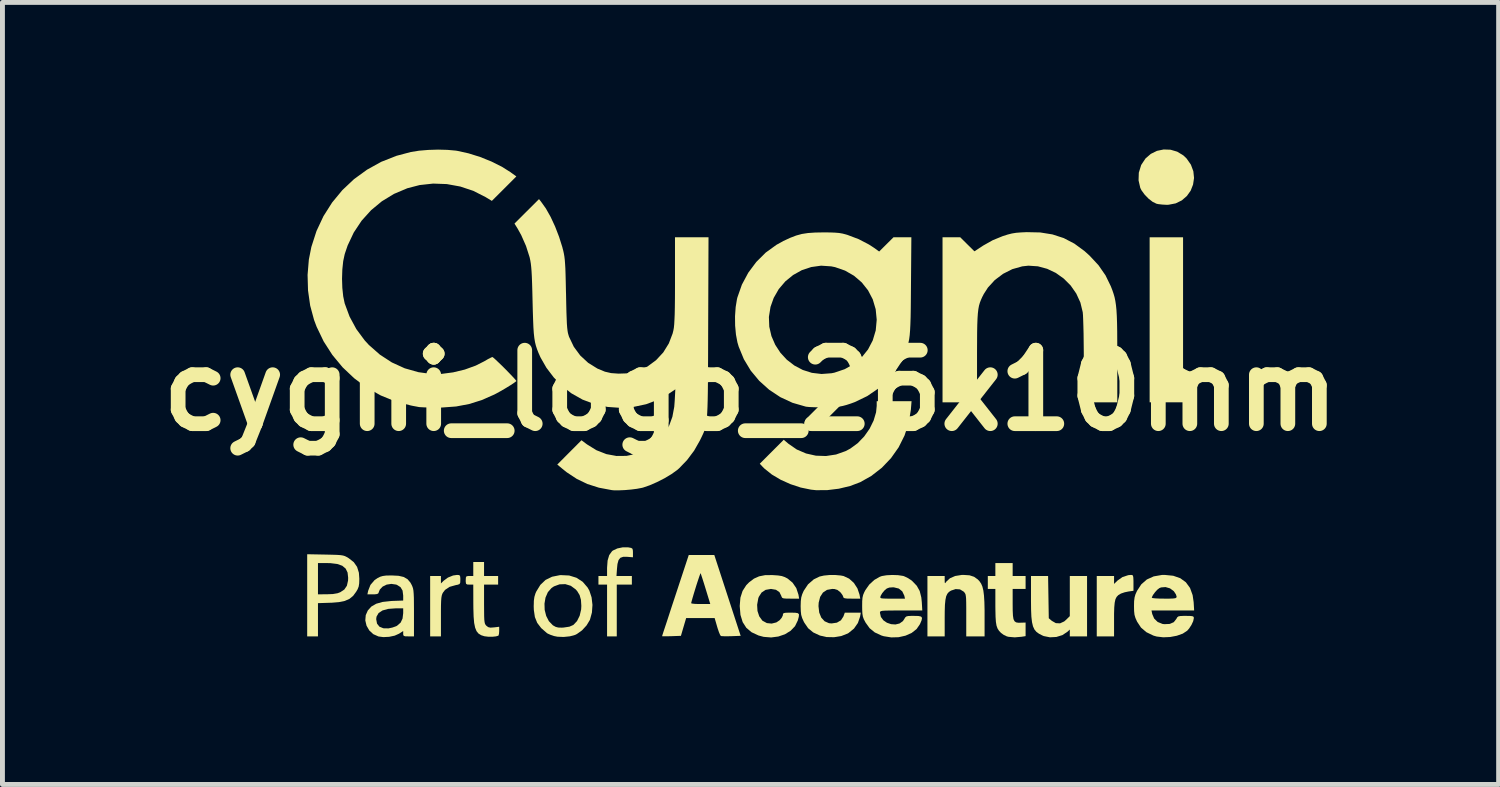
<source format=kicad_pcb>
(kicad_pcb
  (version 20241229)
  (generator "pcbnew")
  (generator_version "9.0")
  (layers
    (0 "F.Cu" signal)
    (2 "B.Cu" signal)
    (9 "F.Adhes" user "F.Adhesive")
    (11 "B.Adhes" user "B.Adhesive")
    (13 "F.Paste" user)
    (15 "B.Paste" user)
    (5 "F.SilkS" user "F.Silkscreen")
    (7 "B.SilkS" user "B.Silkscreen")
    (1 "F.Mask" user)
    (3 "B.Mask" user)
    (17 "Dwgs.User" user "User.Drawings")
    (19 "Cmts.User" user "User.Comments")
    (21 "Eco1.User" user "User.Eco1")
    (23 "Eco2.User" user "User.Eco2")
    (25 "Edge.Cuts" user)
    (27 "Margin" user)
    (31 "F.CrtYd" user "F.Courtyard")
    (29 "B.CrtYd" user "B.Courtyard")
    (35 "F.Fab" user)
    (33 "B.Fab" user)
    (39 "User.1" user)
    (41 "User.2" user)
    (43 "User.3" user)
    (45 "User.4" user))
  (footprint "cygni_logo_26x10mm"
    (layer "F.Cu")
    (at 12.264 4.917)
    (property "Reference" "cygni_logo_26x10mm" (at 0 0 0) (layer "F.SilkS") (effects (font (size 1.5 1.5) (thickness 0.3))))
    (attr board_only exclude_from_pos_files exclude_from_bom)
    (fp_poly (pts (xy 8.826 -1.442) (xy 8.826 0.242) (xy 8.485 0.242) (xy 8.144 0.242) (xy 8.144 -1.442) (xy 8.144 -3.125) (xy 8.485 -3.125) (xy 8.826 -3.125)) (stroke (width 0) (type solid)) (fill yes) (layer "F.SilkS"))
    (fp_poly (pts (xy 7.79 3.767) (xy 7.804 3.781) (xy 7.811 3.817) (xy 7.814 3.884) (xy 7.814 3.926) (xy 7.814 4.088) (xy 7.714 4.102) (xy 7.636 4.118) (xy 7.565 4.142) (xy 7.55 4.149) (xy 7.504 4.177) (xy 7.47 4.213) (xy 7.446 4.261) (xy 7.431 4.33) (xy 7.422 4.426) (xy 7.418 4.555) (xy 7.418 4.665) (xy 7.418 5.018) (xy 7.241 5.018) (xy 7.065 5.018) (xy 7.065 4.402) (xy 7.065 3.786) (xy 7.241 3.786) (xy 7.418 3.786) (xy 7.418 3.867) (xy 7.418 3.948) (xy 7.49 3.878) (xy 7.591 3.807) (xy 7.708 3.769) (xy 7.764 3.764)) (stroke (width 0) (type solid)) (fill yes) (layer "F.SilkS"))
    (fp_poly (pts (xy 8.571 -4.912) (xy 8.707 -4.872) (xy 8.832 -4.796) (xy 8.898 -4.733) (xy 8.986 -4.607) (xy 9.036 -4.472) (xy 9.05 -4.335) (xy 9.03 -4.201) (xy 8.981 -4.076) (xy 8.903 -3.967) (xy 8.8 -3.878) (xy 8.675 -3.817) (xy 8.529 -3.789) (xy 8.485 -3.788) (xy 8.4 -3.793) (xy 8.322 -3.802) (xy 8.284 -3.81) (xy 8.206 -3.848) (xy 8.121 -3.914) (xy 8.041 -3.997) (xy 7.978 -4.083) (xy 7.953 -4.133) (xy 7.918 -4.286) (xy 7.923 -4.443) (xy 7.97 -4.596) (xy 7.977 -4.609) (xy 8.06 -4.734) (xy 8.168 -4.827) (xy 8.294 -4.889) (xy 8.431 -4.917)) (stroke (width 0) (type solid)) (fill yes) (layer "F.SilkS"))
    (fp_poly (pts (xy -5.946 3.767) (xy -5.927 3.784) (xy -5.921 3.827) (xy -5.921 3.86) (xy -5.923 3.92) (xy -5.937 3.95) (xy -5.973 3.964) (xy -6.011 3.971) (xy -6.139 4.007) (xy -6.232 4.069) (xy -6.274 4.123) (xy -6.289 4.151) (xy -6.3 4.185) (xy -6.308 4.231) (xy -6.313 4.296) (xy -6.316 4.387) (xy -6.317 4.51) (xy -6.317 4.606) (xy -6.317 5.018) (xy -6.427 5.018) (xy -6.537 5.018) (xy -6.537 4.402) (xy -6.537 3.786) (xy -6.427 3.786) (xy -6.317 3.786) (xy -6.317 3.862) (xy -6.317 3.938) (xy -6.262 3.883) (xy -6.174 3.818) (xy -6.07 3.776) (xy -5.988 3.764)) (stroke (width 0) (type solid)) (fill yes) (layer "F.SilkS"))
    (fp_poly (pts (xy 6.079 4.217) (xy 6.086 4.648) (xy 6.148 4.701) (xy 6.23 4.748) (xy 6.316 4.752) (xy 6.401 4.713) (xy 6.44 4.679) (xy 6.515 4.605) (xy 6.515 4.195) (xy 6.515 3.786) (xy 6.691 3.786) (xy 6.867 3.786) (xy 6.867 4.402) (xy 6.867 5.018) (xy 6.691 5.018) (xy 6.515 5.018) (xy 6.515 4.949) (xy 6.515 4.879) (xy 6.465 4.925) (xy 6.364 4.992) (xy 6.241 5.03) (xy 6.11 5.037) (xy 5.984 5.012) (xy 5.954 4.999) (xy 5.886 4.964) (xy 5.833 4.925) (xy 5.793 4.877) (xy 5.764 4.813) (xy 5.744 4.729) (xy 5.731 4.618) (xy 5.725 4.476) (xy 5.723 4.296) (xy 5.723 4.249) (xy 5.723 3.786) (xy 5.897 3.786) (xy 6.072 3.786)) (stroke (width 0) (type solid)) (fill yes) (layer "F.SilkS"))
    (fp_poly (pts (xy -2.497 3.201) (xy -2.494 3.202) (xy -2.435 3.213) (xy -2.408 3.231) (xy -2.4 3.27) (xy -2.399 3.31) (xy -2.399 3.404) (xy -2.515 3.395) (xy -2.599 3.395) (xy -2.656 3.415) (xy -2.693 3.462) (xy -2.715 3.542) (xy -2.724 3.631) (xy -2.735 3.786) (xy -2.578 3.786) (xy -2.421 3.786) (xy -2.421 3.874) (xy -2.421 3.962) (xy -2.575 3.962) (xy -2.729 3.962) (xy -2.729 4.49) (xy -2.729 5.018) (xy -2.828 5.018) (xy -2.927 5.018) (xy -2.927 4.49) (xy -2.927 3.962) (xy -3.015 3.962) (xy -3.103 3.962) (xy -3.103 3.874) (xy -3.103 3.786) (xy -3.015 3.786) (xy -2.927 3.786) (xy -2.927 3.619) (xy -2.916 3.47) (xy -2.883 3.359) (xy -2.827 3.282) (xy -2.809 3.267) (xy -2.718 3.224) (xy -2.607 3.201)) (stroke (width 0) (type solid)) (fill yes) (layer "F.SilkS"))
    (fp_poly (pts (xy 3.272 0.392) (xy 3.228 0.661) (xy 3.143 0.919) (xy 3.022 1.161) (xy 2.866 1.382) (xy 2.679 1.578) (xy 2.464 1.745) (xy 2.238 1.872) (xy 2.032 1.95) (xy 1.802 2.005) (xy 1.565 2.034) (xy 1.337 2.035) (xy 1.234 2.024) (xy 1.024 1.981) (xy 0.815 1.912) (xy 0.615 1.822) (xy 0.436 1.716) (xy 0.287 1.597) (xy 0.243 1.553) (xy 0.189 1.495) (xy 0.434 1.25) (xy 0.678 1.006) (xy 0.773 1.087) (xy 0.944 1.205) (xy 1.133 1.286) (xy 1.334 1.331) (xy 1.54 1.338) (xy 1.745 1.307) (xy 1.942 1.237) (xy 2.037 1.186) (xy 2.187 1.076) (xy 2.32 0.938) (xy 2.43 0.781) (xy 2.512 0.614) (xy 2.562 0.446) (xy 2.575 0.315) (xy 2.575 0.22) (xy 2.931 0.22) (xy 3.286 0.22)) (stroke (width 0) (type solid)) (fill yes) (layer "F.SilkS"))
    (fp_poly (pts (xy 5.349 3.654) (xy 5.349 3.786) (xy 5.481 3.786) (xy 5.613 3.786) (xy 5.613 3.918) (xy 5.613 4.05) (xy 5.481 4.05) (xy 5.349 4.05) (xy 5.349 4.354) (xy 5.35 4.494) (xy 5.355 4.596) (xy 5.366 4.666) (xy 5.387 4.709) (xy 5.419 4.732) (xy 5.465 4.74) (xy 5.512 4.739) (xy 5.613 4.736) (xy 5.613 4.874) (xy 5.613 5.013) (xy 5.53 5.026) (xy 5.391 5.038) (xy 5.266 5.027) (xy 5.23 5.018) (xy 5.167 4.988) (xy 5.112 4.948) (xy 5.071 4.905) (xy 5.041 4.858) (xy 5.02 4.8) (xy 5.007 4.722) (xy 5 4.618) (xy 4.997 4.481) (xy 4.996 4.403) (xy 4.996 4.05) (xy 4.919 4.05) (xy 4.842 4.05) (xy 4.842 3.918) (xy 4.842 3.786) (xy 4.919 3.786) (xy 4.996 3.786) (xy 4.996 3.654) (xy 4.996 3.522) (xy 5.172 3.522) (xy 5.349 3.522)) (stroke (width 0) (type solid)) (fill yes) (layer "F.SilkS"))
    (fp_poly (pts (xy 4.469 3.772) (xy 4.561 3.802) (xy 4.637 3.856) (xy 4.673 3.894) (xy 4.706 3.943) (xy 4.732 4.004) (xy 4.751 4.083) (xy 4.764 4.186) (xy 4.772 4.317) (xy 4.776 4.484) (xy 4.776 4.601) (xy 4.776 5.018) (xy 4.589 5.018) (xy 4.402 5.018) (xy 4.402 4.588) (xy 4.402 4.44) (xy 4.401 4.33) (xy 4.399 4.251) (xy 4.394 4.197) (xy 4.387 4.16) (xy 4.375 4.136) (xy 4.36 4.116) (xy 4.348 4.104) (xy 4.274 4.059) (xy 4.185 4.053) (xy 4.091 4.084) (xy 4.048 4.112) (xy 4.016 4.149) (xy 3.992 4.201) (xy 3.977 4.274) (xy 3.967 4.375) (xy 3.963 4.508) (xy 3.962 4.643) (xy 3.962 5.018) (xy 3.786 5.018) (xy 3.61 5.018) (xy 3.61 4.402) (xy 3.61 3.786) (xy 3.786 3.786) (xy 3.962 3.786) (xy 3.962 3.868) (xy 3.963 3.92) (xy 3.97 3.933) (xy 3.988 3.913) (xy 3.996 3.9) (xy 4.07 3.832) (xy 4.176 3.786) (xy 4.307 3.765) (xy 4.347 3.764)) (stroke (width 0) (type solid)) (fill yes) (layer "F.SilkS"))
    (fp_poly (pts (xy -8.676 3.349) (xy -8.54 3.352) (xy -8.44 3.355) (xy -8.368 3.36) (xy -8.316 3.368) (xy -8.276 3.38) (xy -8.24 3.398) (xy -8.2 3.422) (xy -8.197 3.424) (xy -8.095 3.504) (xy -8.028 3.6) (xy -7.991 3.719) (xy -7.982 3.844) (xy -7.985 3.936) (xy -7.995 4.001) (xy -8.018 4.059) (xy -8.047 4.108) (xy -8.109 4.192) (xy -8.184 4.253) (xy -8.277 4.294) (xy -8.398 4.319) (xy -8.553 4.332) (xy -8.578 4.332) (xy -8.826 4.34) (xy -8.826 4.679) (xy -8.826 5.018) (xy -8.936 5.018) (xy -9.046 5.018) (xy -9.046 4.18) (xy -9.046 3.522) (xy -8.826 3.522) (xy -8.826 3.841) (xy -8.826 4.16) (xy -8.645 4.159) (xy -8.521 4.154) (xy -8.427 4.138) (xy -8.371 4.117) (xy -8.288 4.062) (xy -8.236 3.985) (xy -8.212 3.879) (xy -8.21 3.822) (xy -8.222 3.715) (xy -8.261 3.635) (xy -8.33 3.577) (xy -8.432 3.541) (xy -8.57 3.524) (xy -8.656 3.522) (xy -8.826 3.522) (xy -9.046 3.522) (xy -9.046 3.342)) (stroke (width 0) (type solid)) (fill yes) (layer "F.SilkS"))
    (fp_poly (pts (xy -5.437 3.643) (xy -5.437 3.786) (xy -5.294 3.786) (xy -5.15 3.786) (xy -5.15 3.874) (xy -5.15 3.962) (xy -5.294 3.962) (xy -5.437 3.962) (xy -5.437 4.358) (xy -5.436 4.5) (xy -5.435 4.604) (xy -5.432 4.678) (xy -5.426 4.728) (xy -5.418 4.761) (xy -5.405 4.784) (xy -5.39 4.801) (xy -5.353 4.829) (xy -5.309 4.84) (xy -5.239 4.835) (xy -5.236 4.835) (xy -5.128 4.822) (xy -5.128 4.908) (xy -5.132 4.965) (xy -5.142 5) (xy -5.145 5.004) (xy -5.194 5.018) (xy -5.269 5.026) (xy -5.352 5.025) (xy -5.426 5.016) (xy -5.428 5.016) (xy -5.497 4.994) (xy -5.55 4.961) (xy -5.59 4.912) (xy -5.619 4.841) (xy -5.639 4.744) (xy -5.65 4.615) (xy -5.655 4.45) (xy -5.656 4.353) (xy -5.657 3.962) (xy -5.734 3.962) (xy -5.783 3.959) (xy -5.805 3.943) (xy -5.811 3.9) (xy -5.811 3.874) (xy -5.808 3.817) (xy -5.794 3.792) (xy -5.756 3.786) (xy -5.734 3.786) (xy -5.657 3.786) (xy -5.657 3.643) (xy -5.657 3.5) (xy -5.547 3.5) (xy -5.437 3.5)) (stroke (width 0) (type solid)) (fill yes) (layer "F.SilkS"))
    (fp_poly (pts (xy -0.47 4.182) (xy -0.201 5.007) (xy -0.39 5.014) (xy -0.479 5.016) (xy -0.552 5.015) (xy -0.597 5.012) (xy -0.604 5.011) (xy -0.621 4.987) (xy -0.645 4.93) (xy -0.671 4.853) (xy -0.68 4.823) (xy -0.732 4.644) (xy -1.023 4.644) (xy -1.313 4.644) (xy -1.367 4.826) (xy -1.42 5.007) (xy -1.613 5.014) (xy -1.698 5.016) (xy -1.764 5.016) (xy -1.8 5.015) (xy -1.804 5.014) (xy -1.798 4.992) (xy -1.779 4.933) (xy -1.749 4.842) (xy -1.709 4.722) (xy -1.662 4.578) (xy -1.609 4.415) (xy -1.585 4.342) (xy -1.211 4.342) (xy -1.19 4.349) (xy -1.136 4.355) (xy -1.057 4.358) (xy -1.016 4.358) (xy -0.821 4.358) (xy -0.916 4.047) (xy -0.95 3.937) (xy -0.98 3.843) (xy -1.003 3.773) (xy -1.017 3.733) (xy -1.019 3.728) (xy -1.027 3.745) (xy -1.045 3.795) (xy -1.07 3.87) (xy -1.1 3.961) (xy -1.13 4.058) (xy -1.159 4.153) (xy -1.184 4.238) (xy -1.202 4.302) (xy -1.211 4.338) (xy -1.211 4.342) (xy -1.585 4.342) (xy -1.55 4.237) (xy -1.532 4.182) (xy -1.26 3.357) (xy -1 3.357) (xy -0.739 3.357)) (stroke (width 0) (type solid)) (fill yes) (layer "F.SilkS"))
    (fp_poly (pts (xy 1.842 3.776) (xy 1.899 3.787) (xy 2.012 3.84) (xy 2.109 3.927) (xy 2.182 4.04) (xy 2.224 4.165) (xy 2.239 4.248) (xy 2.066 4.248) (xy 1.977 4.247) (xy 1.924 4.241) (xy 1.899 4.23) (xy 1.893 4.213) (xy 1.878 4.177) (xy 1.842 4.128) (xy 1.829 4.114) (xy 1.773 4.07) (xy 1.713 4.052) (xy 1.666 4.05) (xy 1.561 4.069) (xy 1.478 4.124) (xy 1.421 4.212) (xy 1.391 4.33) (xy 1.387 4.402) (xy 1.402 4.532) (xy 1.444 4.636) (xy 1.512 4.71) (xy 1.601 4.749) (xy 1.655 4.754) (xy 1.763 4.738) (xy 1.845 4.69) (xy 1.895 4.613) (xy 1.896 4.611) (xy 1.924 4.534) (xy 2.087 4.534) (xy 2.25 4.534) (xy 2.235 4.617) (xy 2.191 4.745) (xy 2.111 4.859) (xy 2.002 4.948) (xy 1.987 4.958) (xy 1.855 5.01) (xy 1.705 5.035) (xy 1.551 5.032) (xy 1.416 5.001) (xy 1.279 4.937) (xy 1.176 4.852) (xy 1.097 4.737) (xy 1.086 4.716) (xy 1.053 4.643) (xy 1.034 4.578) (xy 1.026 4.503) (xy 1.023 4.402) (xy 1.026 4.3) (xy 1.035 4.225) (xy 1.054 4.16) (xy 1.085 4.089) (xy 1.173 3.957) (xy 1.29 3.855) (xy 1.409 3.797) (xy 1.498 3.777) (xy 1.611 3.766) (xy 1.732 3.766)) (stroke (width 0) (type solid)) (fill yes) (layer "F.SilkS"))
    (fp_poly (pts (xy -3.7 3.776) (xy -3.551 3.822) (xy -3.425 3.904) (xy -3.325 4.02) (xy -3.288 4.085) (xy -3.243 4.222) (xy -3.225 4.376) (xy -3.236 4.532) (xy -3.275 4.674) (xy -3.278 4.683) (xy -3.345 4.794) (xy -3.438 4.895) (xy -3.543 4.97) (xy -3.579 4.988) (xy -3.686 5.017) (xy -3.813 5.03) (xy -3.938 5.025) (xy -4.01 5.011) (xy -4.08 4.987) (xy -4.138 4.961) (xy -4.153 4.952) (xy -4.271 4.849) (xy -4.352 4.743) (xy -4.4 4.624) (xy -4.421 4.48) (xy -4.424 4.402) (xy -4.422 4.35) (xy -4.204 4.35) (xy -4.2 4.478) (xy -4.169 4.601) (xy -4.114 4.708) (xy -4.035 4.79) (xy -4.028 4.795) (xy -3.976 4.824) (xy -3.922 4.838) (xy -3.85 4.84) (xy -3.814 4.838) (xy -3.695 4.82) (xy -3.615 4.785) (xy -3.54 4.706) (xy -3.486 4.597) (xy -3.456 4.469) (xy -3.452 4.396) (xy -3.46 4.272) (xy -3.487 4.176) (xy -3.536 4.095) (xy -3.569 4.058) (xy -3.667 3.986) (xy -3.779 3.952) (xy -3.897 3.956) (xy -4.011 3.998) (xy -4.061 4.032) (xy -4.135 4.116) (xy -4.183 4.226) (xy -4.204 4.35) (xy -4.422 4.35) (xy -4.421 4.294) (xy -4.41 4.213) (xy -4.389 4.143) (xy -4.372 4.104) (xy -4.288 3.967) (xy -4.182 3.866) (xy -4.049 3.801) (xy -3.89 3.769) (xy -3.869 3.768)) (stroke (width 0) (type solid)) (fill yes) (layer "F.SilkS"))
    (fp_poly (pts (xy 0.458 3.768) (xy 0.562 3.775) (xy 0.638 3.787) (xy 0.699 3.808) (xy 0.755 3.837) (xy 0.857 3.921) (xy 0.934 4.033) (xy 0.977 4.163) (xy 0.978 4.165) (xy 0.992 4.248) (xy 0.818 4.248) (xy 0.73 4.247) (xy 0.677 4.243) (xy 0.649 4.233) (xy 0.635 4.213) (xy 0.629 4.194) (xy 0.59 4.115) (xy 0.519 4.067) (xy 0.418 4.05) (xy 0.416 4.05) (xy 0.308 4.069) (xy 0.225 4.124) (xy 0.168 4.214) (xy 0.158 4.244) (xy 0.135 4.374) (xy 0.142 4.499) (xy 0.178 4.609) (xy 0.24 4.694) (xy 0.248 4.701) (xy 0.334 4.747) (xy 0.432 4.757) (xy 0.528 4.733) (xy 0.592 4.69) (xy 0.635 4.64) (xy 0.659 4.592) (xy 0.66 4.58) (xy 0.664 4.557) (xy 0.68 4.543) (xy 0.719 4.536) (xy 0.788 4.534) (xy 0.825 4.534) (xy 0.915 4.536) (xy 0.968 4.545) (xy 0.989 4.57) (xy 0.985 4.618) (xy 0.964 4.696) (xy 0.963 4.697) (xy 0.908 4.81) (xy 0.819 4.903) (xy 0.703 4.975) (xy 0.568 5.021) (xy 0.421 5.04) (xy 0.269 5.028) (xy 0.164 5) (xy 0.022 4.934) (xy -0.085 4.844) (xy -0.16 4.727) (xy -0.205 4.58) (xy -0.22 4.402) (xy -0.22 4.393) (xy -0.206 4.228) (xy -0.162 4.091) (xy -0.087 3.974) (xy -0.029 3.915) (xy 0.07 3.84) (xy 0.175 3.793) (xy 0.297 3.769) (xy 0.446 3.767)) (stroke (width 0) (type solid)) (fill yes) (layer "F.SilkS"))
    (fp_poly (pts (xy 5.91 -3.224) (xy 6.16 -3.184) (xy 6.391 -3.109) (xy 6.608 -2.996) (xy 6.816 -2.843) (xy 6.916 -2.753) (xy 7.1 -2.556) (xy 7.244 -2.348) (xy 7.352 -2.126) (xy 7.382 -2.049) (xy 7.407 -1.976) (xy 7.428 -1.904) (xy 7.444 -1.827) (xy 7.457 -1.74) (xy 7.467 -1.64) (xy 7.474 -1.52) (xy 7.479 -1.377) (xy 7.482 -1.205) (xy 7.483 -0.999) (xy 7.484 -0.756) (xy 7.484 -0.691) (xy 7.484 0.242) (xy 7.142 0.242) (xy 6.801 0.242) (xy 6.801 -0.6) (xy 6.8 -0.795) (xy 6.798 -0.983) (xy 6.796 -1.157) (xy 6.792 -1.311) (xy 6.788 -1.439) (xy 6.784 -1.536) (xy 6.779 -1.594) (xy 6.779 -1.596) (xy 6.731 -1.794) (xy 6.647 -1.977) (xy 6.532 -2.142) (xy 6.391 -2.283) (xy 6.23 -2.398) (xy 6.053 -2.482) (xy 5.864 -2.533) (xy 5.67 -2.546) (xy 5.544 -2.532) (xy 5.342 -2.475) (xy 5.154 -2.38) (xy 4.985 -2.253) (xy 4.844 -2.099) (xy 4.76 -1.968) (xy 4.728 -1.906) (xy 4.702 -1.848) (xy 4.68 -1.791) (xy 4.662 -1.729) (xy 4.649 -1.658) (xy 4.639 -1.573) (xy 4.632 -1.469) (xy 4.627 -1.341) (xy 4.624 -1.186) (xy 4.623 -0.998) (xy 4.622 -0.772) (xy 4.622 -0.667) (xy 4.622 0.242) (xy 4.27 0.242) (xy 3.918 0.242) (xy 3.918 -1.442) (xy 3.918 -3.125) (xy 4.099 -3.125) (xy 4.28 -3.125) (xy 4.424 -2.982) (xy 4.569 -2.839) (xy 4.749 -2.957) (xy 4.943 -3.066) (xy 5.144 -3.148) (xy 5.247 -3.181) (xy 5.334 -3.203) (xy 5.421 -3.217) (xy 5.523 -3.225) (xy 5.635 -3.23)) (stroke (width 0) (type solid)) (fill yes) (layer "F.SilkS"))
    (fp_poly (pts (xy 8.625 3.781) (xy 8.769 3.831) (xy 8.883 3.914) (xy 8.968 4.03) (xy 9.021 4.176) (xy 9.042 4.32) (xy 9.052 4.49) (xy 8.617 4.49) (xy 8.182 4.49) (xy 8.197 4.562) (xy 8.236 4.654) (xy 8.308 4.724) (xy 8.406 4.764) (xy 8.444 4.769) (xy 8.555 4.764) (xy 8.637 4.728) (xy 8.69 4.66) (xy 8.707 4.629) (xy 8.73 4.611) (xy 8.769 4.603) (xy 8.836 4.6) (xy 8.882 4.6) (xy 8.966 4.601) (xy 9.015 4.606) (xy 9.039 4.617) (xy 9.046 4.637) (xy 9.046 4.645) (xy 9.033 4.707) (xy 8.998 4.783) (xy 8.95 4.857) (xy 8.911 4.902) (xy 8.82 4.962) (xy 8.699 5.005) (xy 8.562 5.031) (xy 8.421 5.037) (xy 8.287 5.021) (xy 8.221 5.002) (xy 8.078 4.933) (xy 7.968 4.839) (xy 7.886 4.715) (xy 7.886 4.714) (xy 7.854 4.642) (xy 7.835 4.577) (xy 7.827 4.501) (xy 7.825 4.402) (xy 7.827 4.3) (xy 7.836 4.229) (xy 8.188 4.229) (xy 8.208 4.237) (xy 8.264 4.243) (xy 8.347 4.247) (xy 8.441 4.248) (xy 8.55 4.248) (xy 8.622 4.245) (xy 8.665 4.24) (xy 8.686 4.23) (xy 8.694 4.215) (xy 8.694 4.204) (xy 8.68 4.161) (xy 8.645 4.107) (xy 8.634 4.093) (xy 8.559 4.038) (xy 8.468 4.012) (xy 8.378 4.019) (xy 8.343 4.033) (xy 8.3 4.066) (xy 8.253 4.118) (xy 8.212 4.174) (xy 8.19 4.219) (xy 8.188 4.229) (xy 7.836 4.229) (xy 7.836 4.225) (xy 7.855 4.159) (xy 7.887 4.089) (xy 7.974 3.956) (xy 8.087 3.857) (xy 8.227 3.794) (xy 8.394 3.765) (xy 8.452 3.764)) (stroke (width 0) (type solid)) (fill yes) (layer "F.SilkS"))
    (fp_poly (pts (xy -7.18 3.782) (xy -7.077 3.806) (xy -6.999 3.851) (xy -6.94 3.92) (xy -6.913 3.97) (xy -6.898 4.004) (xy -6.886 4.041) (xy -6.878 4.086) (xy -6.873 4.147) (xy -6.869 4.231) (xy -6.868 4.342) (xy -6.867 4.49) (xy -6.867 4.541) (xy -6.867 5.018) (xy -6.977 5.018) (xy -7.043 5.017) (xy -7.075 5.008) (xy -7.086 4.985) (xy -7.087 4.963) (xy -7.087 4.908) (xy -7.171 4.963) (xy -7.26 5.003) (xy -7.373 5.027) (xy -7.492 5.033) (xy -7.591 5.02) (xy -7.697 4.973) (xy -7.779 4.897) (xy -7.835 4.8) (xy -7.86 4.693) (xy -7.858 4.666) (xy -7.638 4.666) (xy -7.621 4.758) (xy -7.572 4.82) (xy -7.491 4.853) (xy -7.388 4.855) (xy -7.307 4.838) (xy -7.231 4.811) (xy -7.211 4.8) (xy -7.139 4.737) (xy -7.1 4.654) (xy -7.087 4.544) (xy -7.087 4.446) (xy -7.238 4.446) (xy -7.392 4.457) (xy -7.509 4.489) (xy -7.589 4.542) (xy -7.631 4.615) (xy -7.638 4.666) (xy -7.858 4.666) (xy -7.851 4.584) (xy -7.808 4.488) (xy -7.736 4.409) (xy -7.637 4.352) (xy -7.506 4.315) (xy -7.339 4.297) (xy -7.313 4.295) (xy -7.087 4.287) (xy -7.087 4.184) (xy -7.1 4.083) (xy -7.142 4.013) (xy -7.215 3.967) (xy -7.232 3.961) (xy -7.329 3.947) (xy -7.425 3.962) (xy -7.506 4.002) (xy -7.564 4.063) (xy -7.581 4.105) (xy -7.593 4.138) (xy -7.619 4.154) (xy -7.669 4.16) (xy -7.706 4.16) (xy -7.817 4.16) (xy -7.802 4.088) (xy -7.755 3.968) (xy -7.672 3.871) (xy -7.611 3.829) (xy -7.558 3.802) (xy -7.504 3.786) (xy -7.436 3.777) (xy -7.341 3.775) (xy -7.318 3.775)) (stroke (width 0) (type solid)) (fill yes) (layer "F.SilkS"))
    (fp_poly (pts (xy 3.01 3.769) (xy 3.11 3.784) (xy 3.129 3.789) (xy 3.197 3.82) (xy 3.272 3.867) (xy 3.302 3.891) (xy 3.392 3.985) (xy 3.452 4.092) (xy 3.485 4.223) (xy 3.495 4.32) (xy 3.505 4.49) (xy 3.073 4.49) (xy 2.925 4.49) (xy 2.816 4.491) (xy 2.739 4.493) (xy 2.689 4.497) (xy 2.659 4.504) (xy 2.646 4.514) (xy 2.642 4.527) (xy 2.641 4.536) (xy 2.66 4.621) (xy 2.711 4.69) (xy 2.784 4.74) (xy 2.869 4.769) (xy 2.958 4.775) (xy 3.041 4.755) (xy 3.109 4.707) (xy 3.136 4.667) (xy 3.156 4.633) (xy 3.178 4.613) (xy 3.215 4.603) (xy 3.278 4.6) (xy 3.335 4.6) (xy 3.427 4.602) (xy 3.48 4.614) (xy 3.5 4.641) (xy 3.49 4.692) (xy 3.457 4.769) (xy 3.389 4.868) (xy 3.289 4.947) (xy 3.164 5.003) (xy 3.022 5.035) (xy 2.872 5.039) (xy 2.72 5.015) (xy 2.671 5) (xy 2.535 4.937) (xy 2.43 4.851) (xy 2.346 4.734) (xy 2.344 4.729) (xy 2.312 4.669) (xy 2.293 4.616) (xy 2.283 4.557) (xy 2.279 4.477) (xy 2.278 4.402) (xy 2.279 4.3) (xy 2.285 4.228) (xy 2.287 4.22) (xy 2.648 4.22) (xy 2.653 4.234) (xy 2.674 4.242) (xy 2.719 4.246) (xy 2.795 4.248) (xy 2.895 4.248) (xy 3.152 4.248) (xy 3.138 4.187) (xy 3.096 4.099) (xy 3.025 4.042) (xy 2.926 4.018) (xy 2.905 4.017) (xy 2.832 4.022) (xy 2.781 4.041) (xy 2.732 4.082) (xy 2.732 4.083) (xy 2.687 4.137) (xy 2.657 4.189) (xy 2.653 4.198) (xy 2.648 4.22) (xy 2.287 4.22) (xy 2.298 4.172) (xy 2.321 4.117) (xy 2.344 4.073) (xy 2.424 3.96) (xy 2.526 3.866) (xy 2.638 3.802) (xy 2.68 3.787) (xy 2.775 3.771) (xy 2.892 3.765)) (stroke (width 0) (type solid)) (fill yes) (layer "F.SilkS"))
    (fp_poly (pts (xy -6.185 -4.909) (xy -6.017 -4.894) (xy -5.984 -4.889) (xy -5.753 -4.838) (xy -5.517 -4.764) (xy -5.286 -4.671) (xy -5.074 -4.565) (xy -4.893 -4.451) (xy -4.893 -4.45) (xy -4.778 -4.367) (xy -5.028 -4.117) (xy -5.278 -3.868) (xy -5.407 -3.946) (xy -5.657 -4.073) (xy -5.922 -4.161) (xy -6.197 -4.211) (xy -6.476 -4.221) (xy -6.751 -4.191) (xy -7.002 -4.126) (xy -7.274 -4.011) (xy -7.522 -3.86) (xy -7.743 -3.677) (xy -7.936 -3.463) (xy -8.096 -3.222) (xy -8.221 -2.957) (xy -8.28 -2.783) (xy -8.311 -2.639) (xy -8.329 -2.466) (xy -8.335 -2.279) (xy -8.329 -2.093) (xy -8.311 -1.921) (xy -8.281 -1.777) (xy -8.281 -1.777) (xy -8.181 -1.507) (xy -8.044 -1.253) (xy -7.873 -1.022) (xy -7.787 -0.928) (xy -7.563 -0.731) (xy -7.319 -0.572) (xy -7.056 -0.452) (xy -6.777 -0.373) (xy -6.525 -0.338) (xy -6.304 -0.338) (xy -6.068 -0.369) (xy -5.831 -0.426) (xy -5.607 -0.507) (xy -5.433 -0.595) (xy -5.361 -0.637) (xy -5.303 -0.667) (xy -5.27 -0.682) (xy -5.267 -0.682) (xy -5.246 -0.668) (xy -5.202 -0.629) (xy -5.141 -0.571) (xy -5.069 -0.502) (xy -4.994 -0.427) (xy -4.921 -0.352) (xy -4.857 -0.285) (xy -4.808 -0.232) (xy -4.781 -0.199) (xy -4.777 -0.191) (xy -4.826 -0.154) (xy -4.902 -0.104) (xy -4.995 -0.047) (xy -5.094 0.011) (xy -5.187 0.062) (xy -5.227 0.083) (xy -5.486 0.197) (xy -5.742 0.277) (xy -6.006 0.327) (xy -6.291 0.348) (xy -6.424 0.35) (xy -6.538 0.348) (xy -6.639 0.346) (xy -6.718 0.342) (xy -6.763 0.339) (xy -6.768 0.338) (xy -6.814 0.329) (xy -6.885 0.316) (xy -6.933 0.306) (xy -7.247 0.224) (xy -7.545 0.102) (xy -7.827 -0.056) (xy -8.087 -0.249) (xy -8.323 -0.472) (xy -8.532 -0.724) (xy -8.71 -1.001) (xy -8.854 -1.301) (xy -8.906 -1.439) (xy -8.985 -1.732) (xy -9.029 -2.041) (xy -9.038 -2.358) (xy -9.012 -2.671) (xy -8.961 -2.928) (xy -8.856 -3.253) (xy -8.714 -3.556) (xy -8.537 -3.835) (xy -8.328 -4.088) (xy -8.09 -4.312) (xy -7.824 -4.505) (xy -7.535 -4.665) (xy -7.223 -4.788) (xy -6.932 -4.865) (xy -6.765 -4.892) (xy -6.574 -4.908) (xy -6.376 -4.914)) (stroke (width 0) (type solid)) (fill yes) (layer "F.SilkS"))
    (fp_poly (pts (xy 1.623 -3.224) (xy 1.726 -3.22) (xy 1.808 -3.213) (xy 1.878 -3.201) (xy 1.947 -3.183) (xy 1.98 -3.173) (xy 2.207 -3.087) (xy 2.416 -2.978) (xy 2.518 -2.912) (xy 2.625 -2.835) (xy 2.771 -2.98) (xy 2.917 -3.125) (xy 3.1 -3.125) (xy 3.282 -3.125) (xy 3.274 -2.13) (xy 3.272 -1.88) (xy 3.27 -1.67) (xy 3.267 -1.494) (xy 3.262 -1.348) (xy 3.256 -1.228) (xy 3.248 -1.128) (xy 3.237 -1.045) (xy 3.222 -0.972) (xy 3.204 -0.907) (xy 3.181 -0.843) (xy 3.153 -0.776) (xy 3.12 -0.702) (xy 3.112 -0.686) (xy 2.978 -0.445) (xy 2.81 -0.229) (xy 2.61 -0.041) (xy 2.382 0.115) (xy 2.129 0.237) (xy 2.047 0.267) (xy 1.958 0.296) (xy 1.883 0.316) (xy 1.811 0.33) (xy 1.728 0.337) (xy 1.622 0.342) (xy 1.53 0.344) (xy 1.408 0.345) (xy 1.294 0.342) (xy 1.198 0.338) (xy 1.132 0.331) (xy 1.124 0.329) (xy 0.857 0.252) (xy 0.609 0.137) (xy 0.381 -0.014) (xy 0.179 -0.195) (xy 0.005 -0.404) (xy -0.136 -0.638) (xy -0.241 -0.893) (xy -0.267 -0.981) (xy -0.297 -1.139) (xy -0.314 -1.322) (xy -0.316 -1.5) (xy 0.375 -1.5) (xy 0.383 -1.3) (xy 0.427 -1.109) (xy 0.505 -0.93) (xy 0.611 -0.768) (xy 0.742 -0.626) (xy 0.896 -0.508) (xy 1.067 -0.418) (xy 1.253 -0.359) (xy 1.45 -0.336) (xy 1.653 -0.351) (xy 1.712 -0.363) (xy 1.922 -0.434) (xy 2.108 -0.539) (xy 2.268 -0.675) (xy 2.398 -0.837) (xy 2.494 -1.021) (xy 2.555 -1.225) (xy 2.575 -1.442) (xy 2.554 -1.657) (xy 2.494 -1.859) (xy 2.398 -2.043) (xy 2.269 -2.205) (xy 2.112 -2.34) (xy 1.93 -2.445) (xy 1.726 -2.516) (xy 1.647 -2.532) (xy 1.44 -2.546) (xy 1.239 -2.518) (xy 1.046 -2.454) (xy 0.869 -2.355) (xy 0.711 -2.226) (xy 0.577 -2.069) (xy 0.473 -1.888) (xy 0.408 -1.705) (xy 0.375 -1.5) (xy -0.316 -1.5) (xy -0.316 -1.515) (xy -0.303 -1.701) (xy -0.276 -1.865) (xy -0.268 -1.897) (xy -0.176 -2.159) (xy -0.046 -2.402) (xy 0.117 -2.621) (xy 0.31 -2.813) (xy 0.53 -2.972) (xy 0.671 -3.05) (xy 0.809 -3.114) (xy 0.931 -3.161) (xy 1.048 -3.193) (xy 1.172 -3.212) (xy 1.317 -3.222) (xy 1.486 -3.225)) (stroke (width 0) (type solid)) (fill yes) (layer "F.SilkS"))
    (fp_poly (pts (xy -4.273 -3.85) (xy -4.175 -3.712) (xy -4.078 -3.54) (xy -3.987 -3.344) (xy -3.906 -3.134) (xy -3.839 -2.921) (xy -3.836 -2.907) (xy -3.82 -2.847) (xy -3.808 -2.791) (xy -3.798 -2.733) (xy -3.79 -2.667) (xy -3.784 -2.588) (xy -3.778 -2.49) (xy -3.774 -2.367) (xy -3.77 -2.213) (xy -3.766 -2.022) (xy -3.764 -1.959) (xy -3.76 -1.757) (xy -3.756 -1.593) (xy -3.751 -1.463) (xy -3.747 -1.362) (xy -3.741 -1.283) (xy -3.734 -1.223) (xy -3.726 -1.174) (xy -3.715 -1.134) (xy -3.703 -1.095) (xy -3.701 -1.091) (xy -3.605 -0.89) (xy -3.474 -0.713) (xy -3.312 -0.563) (xy -3.123 -0.446) (xy -2.971 -0.383) (xy -2.844 -0.354) (xy -2.693 -0.343) (xy -2.535 -0.348) (xy -2.388 -0.369) (xy -2.302 -0.393) (xy -2.103 -0.488) (xy -1.928 -0.617) (xy -1.781 -0.775) (xy -1.667 -0.959) (xy -1.589 -1.163) (xy -1.573 -1.229) (xy -1.564 -1.28) (xy -1.557 -1.349) (xy -1.552 -1.438) (xy -1.547 -1.553) (xy -1.544 -1.698) (xy -1.542 -1.875) (xy -1.541 -2.09) (xy -1.541 -2.251) (xy -1.541 -3.125) (xy -1.199 -3.125) (xy -0.857 -3.125) (xy -0.864 -1.271) (xy -0.865 -0.934) (xy -0.866 -0.638) (xy -0.868 -0.38) (xy -0.869 -0.157) (xy -0.871 0.035) (xy -0.874 0.198) (xy -0.878 0.336) (xy -0.883 0.452) (xy -0.89 0.548) (xy -0.898 0.629) (xy -0.909 0.696) (xy -0.921 0.754) (xy -0.936 0.805) (xy -0.953 0.852) (xy -0.974 0.899) (xy -0.997 0.948) (xy -1.024 1.003) (xy -1.035 1.025) (xy -1.151 1.229) (xy -1.296 1.422) (xy -1.457 1.589) (xy -1.5 1.626) (xy -1.613 1.707) (xy -1.753 1.791) (xy -1.906 1.869) (xy -2.057 1.935) (xy -2.193 1.982) (xy -2.223 1.989) (xy -2.319 2.007) (xy -2.437 2.022) (xy -2.563 2.033) (xy -2.683 2.038) (xy -2.783 2.038) (xy -2.828 2.034) (xy -3.094 1.984) (xy -3.329 1.909) (xy -3.545 1.805) (xy -3.751 1.669) (xy -3.837 1.6) (xy -3.943 1.512) (xy -3.696 1.264) (xy -3.449 1.016) (xy -3.337 1.1) (xy -3.143 1.22) (xy -2.941 1.299) (xy -2.735 1.337) (xy -2.53 1.335) (xy -2.329 1.294) (xy -2.138 1.212) (xy -1.96 1.091) (xy -1.885 1.023) (xy -1.755 0.875) (xy -1.659 0.715) (xy -1.594 0.537) (xy -1.556 0.333) (xy -1.547 0.214) (xy -1.534 -0.023) (xy -1.653 0.058) (xy -1.883 0.188) (xy -2.13 0.281) (xy -2.389 0.336) (xy -2.654 0.355) (xy -2.919 0.336) (xy -3.179 0.28) (xy -3.427 0.187) (xy -3.656 0.058) (xy -3.841 -0.088) (xy -4.014 -0.265) (xy -4.164 -0.462) (xy -4.281 -0.666) (xy -4.293 -0.691) (xy -4.328 -0.77) (xy -4.356 -0.842) (xy -4.379 -0.912) (xy -4.397 -0.985) (xy -4.411 -1.069) (xy -4.422 -1.168) (xy -4.43 -1.288) (xy -4.436 -1.435) (xy -4.442 -1.616) (xy -4.447 -1.816) (xy -4.452 -2.022) (xy -4.457 -2.19) (xy -4.462 -2.325) (xy -4.468 -2.433) (xy -4.475 -2.519) (xy -4.483 -2.59) (xy -4.493 -2.651) (xy -4.505 -2.708) (xy -4.509 -2.723) (xy -4.581 -2.948) (xy -4.678 -3.168) (xy -4.752 -3.302) (xy -4.816 -3.405) (xy -4.566 -3.655) (xy -4.316 -3.904)) (stroke (width 0) (type solid)) (fill yes) (layer "F.SilkS")))
  (gr_rect
    (start -3 -3)
    (end 27.529 12.957)
    (stroke (width 0.1) (type default))
    (fill no)
    (layer "Edge.Cuts")))
</source>
